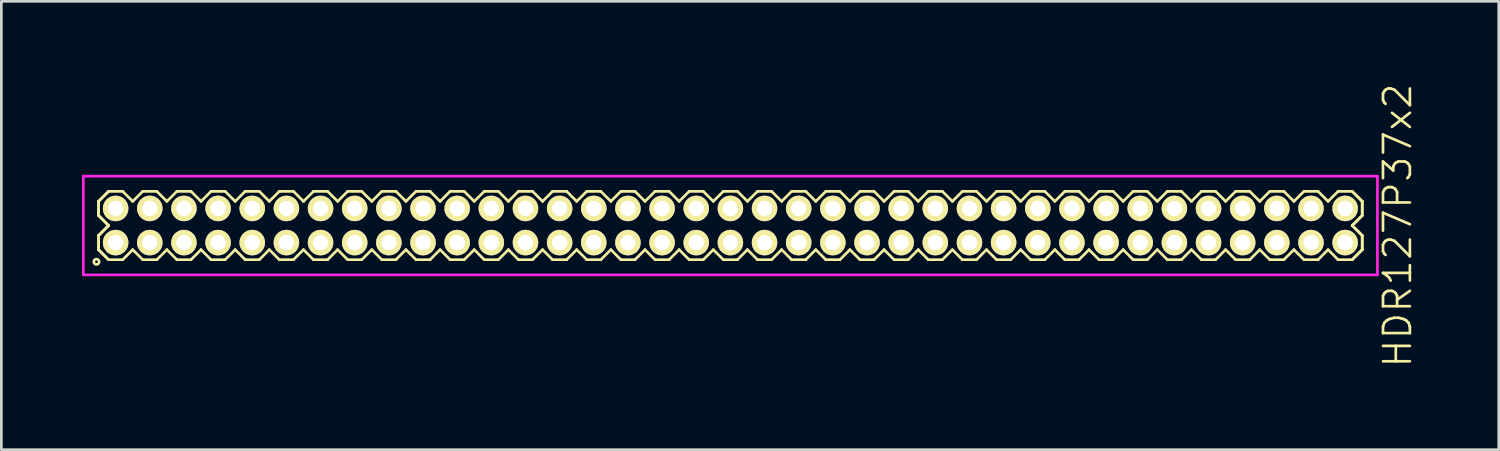
<source format=kicad_pcb>
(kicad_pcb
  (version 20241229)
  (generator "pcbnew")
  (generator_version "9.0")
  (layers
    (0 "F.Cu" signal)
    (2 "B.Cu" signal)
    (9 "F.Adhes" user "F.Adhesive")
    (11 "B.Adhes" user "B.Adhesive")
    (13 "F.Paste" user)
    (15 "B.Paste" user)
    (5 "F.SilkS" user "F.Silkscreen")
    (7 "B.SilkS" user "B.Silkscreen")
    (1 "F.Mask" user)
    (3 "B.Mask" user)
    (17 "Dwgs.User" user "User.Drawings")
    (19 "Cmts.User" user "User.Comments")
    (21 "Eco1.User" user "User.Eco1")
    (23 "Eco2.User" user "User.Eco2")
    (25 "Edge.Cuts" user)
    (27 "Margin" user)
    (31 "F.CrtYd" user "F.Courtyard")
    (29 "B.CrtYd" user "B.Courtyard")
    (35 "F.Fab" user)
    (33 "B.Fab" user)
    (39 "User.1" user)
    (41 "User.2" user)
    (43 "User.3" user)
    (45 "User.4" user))
  (footprint "HDR127P37x2"
    (layer "F.Cu")
    (at 24.11 5.336)
    (property "Reference" "HDR127P37x2" (at 24.81 0 90) (layer "F.SilkS") (effects (font (size 1 1) (thickness 0.1))))
    (attr through_hole)
    (fp_line (start -23.495 -0.898) (end -23.123 -1.27) (stroke (width 0.1) (type solid)) (layer "F.SilkS"))
    (fp_line (start -23.495 -0.898) (end -23.123 -1.27) (stroke (width 0.1) (type solid)) (layer "F.SilkS"))
    (fp_line (start -23.495 -0.372) (end -23.495 -0.898) (stroke (width 0.1) (type solid)) (layer "F.SilkS"))
    (fp_line (start -23.495 -0.372) (end -23.495 -0.898) (stroke (width 0.1) (type solid)) (layer "F.SilkS"))
    (fp_line (start -23.495 0.372) (end -23.123 0) (stroke (width 0.1) (type solid)) (layer "F.SilkS"))
    (fp_line (start -23.495 0.372) (end -23.123 0) (stroke (width 0.1) (type solid)) (layer "F.SilkS"))
    (fp_line (start -23.495 0.898) (end -23.495 0.372) (stroke (width 0.1) (type solid)) (layer "F.SilkS"))
    (fp_line (start -23.495 0.898) (end -23.495 0.372) (stroke (width 0.1) (type solid)) (layer "F.SilkS"))
    (fp_line (start -23.123 -1.27) (end -22.597 -1.27) (stroke (width 0.1) (type solid)) (layer "F.SilkS"))
    (fp_line (start -23.123 0) (end -23.495 -0.372) (stroke (width 0.1) (type solid)) (layer "F.SilkS"))
    (fp_line (start -23.123 0) (end -23.495 -0.372) (stroke (width 0.1) (type solid)) (layer "F.SilkS"))
    (fp_line (start -23.123 1.27) (end -23.495 0.898) (stroke (width 0.1) (type solid)) (layer "F.SilkS"))
    (fp_line (start -23.123 1.27) (end -23.495 0.898) (stroke (width 0.1) (type solid)) (layer "F.SilkS"))
    (fp_line (start -22.597 -1.27) (end -22.225 -0.898) (stroke (width 0.1) (type solid)) (layer "F.SilkS"))
    (fp_line (start -22.597 1.27) (end -23.123 1.27) (stroke (width 0.1) (type solid)) (layer "F.SilkS"))
    (fp_line (start -22.225 -0.898) (end -21.853 -1.27) (stroke (width 0.1) (type solid)) (layer "F.SilkS"))
    (fp_line (start -22.225 0.898) (end -22.597 1.27) (stroke (width 0.1) (type solid)) (layer "F.SilkS"))
    (fp_line (start -21.853 -1.27) (end -21.327 -1.27) (stroke (width 0.1) (type solid)) (layer "F.SilkS"))
    (fp_line (start -21.853 1.27) (end -22.225 0.898) (stroke (width 0.1) (type solid)) (layer "F.SilkS"))
    (fp_line (start -21.327 -1.27) (end -20.955 -0.898) (stroke (width 0.1) (type solid)) (layer "F.SilkS"))
    (fp_line (start -21.327 1.27) (end -21.853 1.27) (stroke (width 0.1) (type solid)) (layer "F.SilkS"))
    (fp_line (start -20.955 -0.898) (end -20.583 -1.27) (stroke (width 0.1) (type solid)) (layer "F.SilkS"))
    (fp_line (start -20.955 0.898) (end -21.327 1.27) (stroke (width 0.1) (type solid)) (layer "F.SilkS"))
    (fp_line (start -20.583 -1.27) (end -20.057 -1.27) (stroke (width 0.1) (type solid)) (layer "F.SilkS"))
    (fp_line (start -20.583 1.27) (end -20.955 0.898) (stroke (width 0.1) (type solid)) (layer "F.SilkS"))
    (fp_line (start -20.057 -1.27) (end -19.685 -0.898) (stroke (width 0.1) (type solid)) (layer "F.SilkS"))
    (fp_line (start -20.057 1.27) (end -20.583 1.27) (stroke (width 0.1) (type solid)) (layer "F.SilkS"))
    (fp_line (start -19.685 -0.898) (end -19.313 -1.27) (stroke (width 0.1) (type solid)) (layer "F.SilkS"))
    (fp_line (start -19.685 0.898) (end -20.057 1.27) (stroke (width 0.1) (type solid)) (layer "F.SilkS"))
    (fp_line (start -19.313 -1.27) (end -18.787 -1.27) (stroke (width 0.1) (type solid)) (layer "F.SilkS"))
    (fp_line (start -19.313 1.27) (end -19.685 0.898) (stroke (width 0.1) (type solid)) (layer "F.SilkS"))
    (fp_line (start -18.787 -1.27) (end -18.415 -0.898) (stroke (width 0.1) (type solid)) (layer "F.SilkS"))
    (fp_line (start -18.787 1.27) (end -19.313 1.27) (stroke (width 0.1) (type solid)) (layer "F.SilkS"))
    (fp_line (start -18.415 -0.898) (end -18.043 -1.27) (stroke (width 0.1) (type solid)) (layer "F.SilkS"))
    (fp_line (start -18.415 0.898) (end -18.787 1.27) (stroke (width 0.1) (type solid)) (layer "F.SilkS"))
    (fp_line (start -18.043 -1.27) (end -17.517 -1.27) (stroke (width 0.1) (type solid)) (layer "F.SilkS"))
    (fp_line (start -18.043 1.27) (end -18.415 0.898) (stroke (width 0.1) (type solid)) (layer "F.SilkS"))
    (fp_line (start -17.517 -1.27) (end -17.145 -0.898) (stroke (width 0.1) (type solid)) (layer "F.SilkS"))
    (fp_line (start -17.517 1.27) (end -18.043 1.27) (stroke (width 0.1) (type solid)) (layer "F.SilkS"))
    (fp_line (start -17.145 -0.898) (end -16.773 -1.27) (stroke (width 0.1) (type solid)) (layer "F.SilkS"))
    (fp_line (start -17.145 0.898) (end -17.517 1.27) (stroke (width 0.1) (type solid)) (layer "F.SilkS"))
    (fp_line (start -16.773 -1.27) (end -16.247 -1.27) (stroke (width 0.1) (type solid)) (layer "F.SilkS"))
    (fp_line (start -16.773 1.27) (end -17.145 0.898) (stroke (width 0.1) (type solid)) (layer "F.SilkS"))
    (fp_line (start -16.247 -1.27) (end -15.875 -0.898) (stroke (width 0.1) (type solid)) (layer "F.SilkS"))
    (fp_line (start -16.247 1.27) (end -16.773 1.27) (stroke (width 0.1) (type solid)) (layer "F.SilkS"))
    (fp_line (start -15.875 -0.898) (end -15.503 -1.27) (stroke (width 0.1) (type solid)) (layer "F.SilkS"))
    (fp_line (start -15.875 0.898) (end -16.247 1.27) (stroke (width 0.1) (type solid)) (layer "F.SilkS"))
    (fp_line (start -15.503 -1.27) (end -14.977 -1.27) (stroke (width 0.1) (type solid)) (layer "F.SilkS"))
    (fp_line (start -15.503 1.27) (end -15.875 0.898) (stroke (width 0.1) (type solid)) (layer "F.SilkS"))
    (fp_line (start -14.977 -1.27) (end -14.605 -0.898) (stroke (width 0.1) (type solid)) (layer "F.SilkS"))
    (fp_line (start -14.977 1.27) (end -15.503 1.27) (stroke (width 0.1) (type solid)) (layer "F.SilkS"))
    (fp_line (start -14.605 -0.898) (end -14.233 -1.27) (stroke (width 0.1) (type solid)) (layer "F.SilkS"))
    (fp_line (start -14.605 0.898) (end -14.977 1.27) (stroke (width 0.1) (type solid)) (layer "F.SilkS"))
    (fp_line (start -14.233 -1.27) (end -13.707 -1.27) (stroke (width 0.1) (type solid)) (layer "F.SilkS"))
    (fp_line (start -14.233 1.27) (end -14.605 0.898) (stroke (width 0.1) (type solid)) (layer "F.SilkS"))
    (fp_line (start -13.707 -1.27) (end -13.335 -0.898) (stroke (width 0.1) (type solid)) (layer "F.SilkS"))
    (fp_line (start -13.707 1.27) (end -14.233 1.27) (stroke (width 0.1) (type solid)) (layer "F.SilkS"))
    (fp_line (start -13.335 -0.898) (end -12.963 -1.27) (stroke (width 0.1) (type solid)) (layer "F.SilkS"))
    (fp_line (start -13.335 0.898) (end -13.707 1.27) (stroke (width 0.1) (type solid)) (layer "F.SilkS"))
    (fp_line (start -12.963 -1.27) (end -12.437 -1.27) (stroke (width 0.1) (type solid)) (layer "F.SilkS"))
    (fp_line (start -12.963 1.27) (end -13.335 0.898) (stroke (width 0.1) (type solid)) (layer "F.SilkS"))
    (fp_line (start -12.437 -1.27) (end -12.065 -0.898) (stroke (width 0.1) (type solid)) (layer "F.SilkS"))
    (fp_line (start -12.437 1.27) (end -12.963 1.27) (stroke (width 0.1) (type solid)) (layer "F.SilkS"))
    (fp_line (start -12.065 -0.898) (end -11.693 -1.27) (stroke (width 0.1) (type solid)) (layer "F.SilkS"))
    (fp_line (start -12.065 0.898) (end -12.437 1.27) (stroke (width 0.1) (type solid)) (layer "F.SilkS"))
    (fp_line (start -11.693 -1.27) (end -11.167 -1.27) (stroke (width 0.1) (type solid)) (layer "F.SilkS"))
    (fp_line (start -11.693 1.27) (end -12.065 0.898) (stroke (width 0.1) (type solid)) (layer "F.SilkS"))
    (fp_line (start -11.167 -1.27) (end -10.795 -0.898) (stroke (width 0.1) (type solid)) (layer "F.SilkS"))
    (fp_line (start -11.167 1.27) (end -11.693 1.27) (stroke (width 0.1) (type solid)) (layer "F.SilkS"))
    (fp_line (start -10.795 -0.898) (end -10.423 -1.27) (stroke (width 0.1) (type solid)) (layer "F.SilkS"))
    (fp_line (start -10.795 0.898) (end -11.167 1.27) (stroke (width 0.1) (type solid)) (layer "F.SilkS"))
    (fp_line (start -10.423 -1.27) (end -9.897 -1.27) (stroke (width 0.1) (type solid)) (layer "F.SilkS"))
    (fp_line (start -10.423 1.27) (end -10.795 0.898) (stroke (width 0.1) (type solid)) (layer "F.SilkS"))
    (fp_line (start -9.897 -1.27) (end -9.525 -0.898) (stroke (width 0.1) (type solid)) (layer "F.SilkS"))
    (fp_line (start -9.897 1.27) (end -10.423 1.27) (stroke (width 0.1) (type solid)) (layer "F.SilkS"))
    (fp_line (start -9.525 -0.898) (end -9.153 -1.27) (stroke (width 0.1) (type solid)) (layer "F.SilkS"))
    (fp_line (start -9.525 0.898) (end -9.897 1.27) (stroke (width 0.1) (type solid)) (layer "F.SilkS"))
    (fp_line (start -9.153 -1.27) (end -8.627 -1.27) (stroke (width 0.1) (type solid)) (layer "F.SilkS"))
    (fp_line (start -9.153 1.27) (end -9.525 0.898) (stroke (width 0.1) (type solid)) (layer "F.SilkS"))
    (fp_line (start -8.627 -1.27) (end -8.255 -0.898) (stroke (width 0.1) (type solid)) (layer "F.SilkS"))
    (fp_line (start -8.627 1.27) (end -9.153 1.27) (stroke (width 0.1) (type solid)) (layer "F.SilkS"))
    (fp_line (start -8.255 -0.898) (end -7.883 -1.27) (stroke (width 0.1) (type solid)) (layer "F.SilkS"))
    (fp_line (start -8.255 0.898) (end -8.627 1.27) (stroke (width 0.1) (type solid)) (layer "F.SilkS"))
    (fp_line (start -7.883 -1.27) (end -7.357 -1.27) (stroke (width 0.1) (type solid)) (layer "F.SilkS"))
    (fp_line (start -7.883 1.27) (end -8.255 0.898) (stroke (width 0.1) (type solid)) (layer "F.SilkS"))
    (fp_line (start -7.357 -1.27) (end -6.985 -0.898) (stroke (width 0.1) (type solid)) (layer "F.SilkS"))
    (fp_line (start -7.357 1.27) (end -7.883 1.27) (stroke (width 0.1) (type solid)) (layer "F.SilkS"))
    (fp_line (start -6.985 -0.898) (end -6.613 -1.27) (stroke (width 0.1) (type solid)) (layer "F.SilkS"))
    (fp_line (start -6.985 0.898) (end -7.357 1.27) (stroke (width 0.1) (type solid)) (layer "F.SilkS"))
    (fp_line (start -6.613 -1.27) (end -6.087 -1.27) (stroke (width 0.1) (type solid)) (layer "F.SilkS"))
    (fp_line (start -6.613 1.27) (end -6.985 0.898) (stroke (width 0.1) (type solid)) (layer "F.SilkS"))
    (fp_line (start -6.087 -1.27) (end -5.715 -0.898) (stroke (width 0.1) (type solid)) (layer "F.SilkS"))
    (fp_line (start -6.087 1.27) (end -6.613 1.27) (stroke (width 0.1) (type solid)) (layer "F.SilkS"))
    (fp_line (start -5.715 -0.898) (end -5.343 -1.27) (stroke (width 0.1) (type solid)) (layer "F.SilkS"))
    (fp_line (start -5.715 0.898) (end -6.087 1.27) (stroke (width 0.1) (type solid)) (layer "F.SilkS"))
    (fp_line (start -5.343 -1.27) (end -4.817 -1.27) (stroke (width 0.1) (type solid)) (layer "F.SilkS"))
    (fp_line (start -5.343 1.27) (end -5.715 0.898) (stroke (width 0.1) (type solid)) (layer "F.SilkS"))
    (fp_line (start -4.817 -1.27) (end -4.445 -0.898) (stroke (width 0.1) (type solid)) (layer "F.SilkS"))
    (fp_line (start -4.817 1.27) (end -5.343 1.27) (stroke (width 0.1) (type solid)) (layer "F.SilkS"))
    (fp_line (start -4.445 -0.898) (end -4.073 -1.27) (stroke (width 0.1) (type solid)) (layer "F.SilkS"))
    (fp_line (start -4.445 0.898) (end -4.817 1.27) (stroke (width 0.1) (type solid)) (layer "F.SilkS"))
    (fp_line (start -4.073 -1.27) (end -3.547 -1.27) (stroke (width 0.1) (type solid)) (layer "F.SilkS"))
    (fp_line (start -4.073 1.27) (end -4.445 0.898) (stroke (width 0.1) (type solid)) (layer "F.SilkS"))
    (fp_line (start -3.547 -1.27) (end -3.175 -0.898) (stroke (width 0.1) (type solid)) (layer "F.SilkS"))
    (fp_line (start -3.547 1.27) (end -4.073 1.27) (stroke (width 0.1) (type solid)) (layer "F.SilkS"))
    (fp_line (start -3.175 -0.898) (end -2.803 -1.27) (stroke (width 0.1) (type solid)) (layer "F.SilkS"))
    (fp_line (start -3.175 0.898) (end -3.547 1.27) (stroke (width 0.1) (type solid)) (layer "F.SilkS"))
    (fp_line (start -2.803 -1.27) (end -2.277 -1.27) (stroke (width 0.1) (type solid)) (layer "F.SilkS"))
    (fp_line (start -2.803 1.27) (end -3.175 0.898) (stroke (width 0.1) (type solid)) (layer "F.SilkS"))
    (fp_line (start -2.277 -1.27) (end -1.905 -0.898) (stroke (width 0.1) (type solid)) (layer "F.SilkS"))
    (fp_line (start -2.277 1.27) (end -2.803 1.27) (stroke (width 0.1) (type solid)) (layer "F.SilkS"))
    (fp_line (start -1.905 -0.898) (end -1.533 -1.27) (stroke (width 0.1) (type solid)) (layer "F.SilkS"))
    (fp_line (start -1.905 0.898) (end -2.277 1.27) (stroke (width 0.1) (type solid)) (layer "F.SilkS"))
    (fp_line (start -1.533 -1.27) (end -1.007 -1.27) (stroke (width 0.1) (type solid)) (layer "F.SilkS"))
    (fp_line (start -1.533 1.27) (end -1.905 0.898) (stroke (width 0.1) (type solid)) (layer "F.SilkS"))
    (fp_line (start -1.007 -1.27) (end -0.635 -0.898) (stroke (width 0.1) (type solid)) (layer "F.SilkS"))
    (fp_line (start -1.007 1.27) (end -1.533 1.27) (stroke (width 0.1) (type solid)) (layer "F.SilkS"))
    (fp_line (start -0.635 -0.898) (end -0.263 -1.27) (stroke (width 0.1) (type solid)) (layer "F.SilkS"))
    (fp_line (start -0.635 0.898) (end -1.007 1.27) (stroke (width 0.1) (type solid)) (layer "F.SilkS"))
    (fp_line (start -0.263 -1.27) (end 0.263 -1.27) (stroke (width 0.1) (type solid)) (layer "F.SilkS"))
    (fp_line (start -0.263 1.27) (end -0.635 0.898) (stroke (width 0.1) (type solid)) (layer "F.SilkS"))
    (fp_line (start 0.263 -1.27) (end 0.635 -0.898) (stroke (width 0.1) (type solid)) (layer "F.SilkS"))
    (fp_line (start 0.263 1.27) (end -0.263 1.27) (stroke (width 0.1) (type solid)) (layer "F.SilkS"))
    (fp_line (start 0.635 -0.898) (end 1.007 -1.27) (stroke (width 0.1) (type solid)) (layer "F.SilkS"))
    (fp_line (start 0.635 0.898) (end 0.263 1.27) (stroke (width 0.1) (type solid)) (layer "F.SilkS"))
    (fp_line (start 1.007 -1.27) (end 1.533 -1.27) (stroke (width 0.1) (type solid)) (layer "F.SilkS"))
    (fp_line (start 1.007 1.27) (end 0.635 0.898) (stroke (width 0.1) (type solid)) (layer "F.SilkS"))
    (fp_line (start 1.533 -1.27) (end 1.905 -0.898) (stroke (width 0.1) (type solid)) (layer "F.SilkS"))
    (fp_line (start 1.533 1.27) (end 1.007 1.27) (stroke (width 0.1) (type solid)) (layer "F.SilkS"))
    (fp_line (start 1.905 -0.898) (end 2.277 -1.27) (stroke (width 0.1) (type solid)) (layer "F.SilkS"))
    (fp_line (start 1.905 0.898) (end 1.533 1.27) (stroke (width 0.1) (type solid)) (layer "F.SilkS"))
    (fp_line (start 2.277 -1.27) (end 2.803 -1.27) (stroke (width 0.1) (type solid)) (layer "F.SilkS"))
    (fp_line (start 2.277 1.27) (end 1.905 0.898) (stroke (width 0.1) (type solid)) (layer "F.SilkS"))
    (fp_line (start 2.803 -1.27) (end 3.175 -0.898) (stroke (width 0.1) (type solid)) (layer "F.SilkS"))
    (fp_line (start 2.803 1.27) (end 2.277 1.27) (stroke (width 0.1) (type solid)) (layer "F.SilkS"))
    (fp_line (start 3.175 -0.898) (end 3.547 -1.27) (stroke (width 0.1) (type solid)) (layer "F.SilkS"))
    (fp_line (start 3.175 0.898) (end 2.803 1.27) (stroke (width 0.1) (type solid)) (layer "F.SilkS"))
    (fp_line (start 3.547 -1.27) (end 4.073 -1.27) (stroke (width 0.1) (type solid)) (layer "F.SilkS"))
    (fp_line (start 3.547 1.27) (end 3.175 0.898) (stroke (width 0.1) (type solid)) (layer "F.SilkS"))
    (fp_line (start 4.073 -1.27) (end 4.445 -0.898) (stroke (width 0.1) (type solid)) (layer "F.SilkS"))
    (fp_line (start 4.073 1.27) (end 3.547 1.27) (stroke (width 0.1) (type solid)) (layer "F.SilkS"))
    (fp_line (start 4.445 -0.898) (end 4.817 -1.27) (stroke (width 0.1) (type solid)) (layer "F.SilkS"))
    (fp_line (start 4.445 0.898) (end 4.073 1.27) (stroke (width 0.1) (type solid)) (layer "F.SilkS"))
    (fp_line (start 4.817 -1.27) (end 5.343 -1.27) (stroke (width 0.1) (type solid)) (layer "F.SilkS"))
    (fp_line (start 4.817 1.27) (end 4.445 0.898) (stroke (width 0.1) (type solid)) (layer "F.SilkS"))
    (fp_line (start 5.343 -1.27) (end 5.715 -0.898) (stroke (width 0.1) (type solid)) (layer "F.SilkS"))
    (fp_line (start 5.343 1.27) (end 4.817 1.27) (stroke (width 0.1) (type solid)) (layer "F.SilkS"))
    (fp_line (start 5.715 -0.898) (end 6.087 -1.27) (stroke (width 0.1) (type solid)) (layer "F.SilkS"))
    (fp_line (start 5.715 0.898) (end 5.343 1.27) (stroke (width 0.1) (type solid)) (layer "F.SilkS"))
    (fp_line (start 6.087 -1.27) (end 6.613 -1.27) (stroke (width 0.1) (type solid)) (layer "F.SilkS"))
    (fp_line (start 6.087 1.27) (end 5.715 0.898) (stroke (width 0.1) (type solid)) (layer "F.SilkS"))
    (fp_line (start 6.613 -1.27) (end 6.985 -0.898) (stroke (width 0.1) (type solid)) (layer "F.SilkS"))
    (fp_line (start 6.613 1.27) (end 6.087 1.27) (stroke (width 0.1) (type solid)) (layer "F.SilkS"))
    (fp_line (start 6.985 -0.898) (end 7.357 -1.27) (stroke (width 0.1) (type solid)) (layer "F.SilkS"))
    (fp_line (start 6.985 0.898) (end 6.613 1.27) (stroke (width 0.1) (type solid)) (layer "F.SilkS"))
    (fp_line (start 7.357 -1.27) (end 7.883 -1.27) (stroke (width 0.1) (type solid)) (layer "F.SilkS"))
    (fp_line (start 7.357 1.27) (end 6.985 0.898) (stroke (width 0.1) (type solid)) (layer "F.SilkS"))
    (fp_line (start 7.883 -1.27) (end 8.255 -0.898) (stroke (width 0.1) (type solid)) (layer "F.SilkS"))
    (fp_line (start 7.883 1.27) (end 7.357 1.27) (stroke (width 0.1) (type solid)) (layer "F.SilkS"))
    (fp_line (start 8.255 -0.898) (end 8.627 -1.27) (stroke (width 0.1) (type solid)) (layer "F.SilkS"))
    (fp_line (start 8.255 0.898) (end 7.883 1.27) (stroke (width 0.1) (type solid)) (layer "F.SilkS"))
    (fp_line (start 8.627 -1.27) (end 9.153 -1.27) (stroke (width 0.1) (type solid)) (layer "F.SilkS"))
    (fp_line (start 8.627 1.27) (end 8.255 0.898) (stroke (width 0.1) (type solid)) (layer "F.SilkS"))
    (fp_line (start 9.153 -1.27) (end 9.525 -0.898) (stroke (width 0.1) (type solid)) (layer "F.SilkS"))
    (fp_line (start 9.153 1.27) (end 8.627 1.27) (stroke (width 0.1) (type solid)) (layer "F.SilkS"))
    (fp_line (start 9.525 -0.898) (end 9.897 -1.27) (stroke (width 0.1) (type solid)) (layer "F.SilkS"))
    (fp_line (start 9.525 0.898) (end 9.153 1.27) (stroke (width 0.1) (type solid)) (layer "F.SilkS"))
    (fp_line (start 9.897 -1.27) (end 10.423 -1.27) (stroke (width 0.1) (type solid)) (layer "F.SilkS"))
    (fp_line (start 9.897 1.27) (end 9.525 0.898) (stroke (width 0.1) (type solid)) (layer "F.SilkS"))
    (fp_line (start 10.423 -1.27) (end 10.795 -0.898) (stroke (width 0.1) (type solid)) (layer "F.SilkS"))
    (fp_line (start 10.423 1.27) (end 9.897 1.27) (stroke (width 0.1) (type solid)) (layer "F.SilkS"))
    (fp_line (start 10.795 -0.898) (end 11.167 -1.27) (stroke (width 0.1) (type solid)) (layer "F.SilkS"))
    (fp_line (start 10.795 0.898) (end 10.423 1.27) (stroke (width 0.1) (type solid)) (layer "F.SilkS"))
    (fp_line (start 11.167 -1.27) (end 11.693 -1.27) (stroke (width 0.1) (type solid)) (layer "F.SilkS"))
    (fp_line (start 11.167 1.27) (end 10.795 0.898) (stroke (width 0.1) (type solid)) (layer "F.SilkS"))
    (fp_line (start 11.693 -1.27) (end 12.065 -0.898) (stroke (width 0.1) (type solid)) (layer "F.SilkS"))
    (fp_line (start 11.693 1.27) (end 11.167 1.27) (stroke (width 0.1) (type solid)) (layer "F.SilkS"))
    (fp_line (start 12.065 -0.898) (end 12.437 -1.27) (stroke (width 0.1) (type solid)) (layer "F.SilkS"))
    (fp_line (start 12.065 0.898) (end 11.693 1.27) (stroke (width 0.1) (type solid)) (layer "F.SilkS"))
    (fp_line (start 12.437 -1.27) (end 12.963 -1.27) (stroke (width 0.1) (type solid)) (layer "F.SilkS"))
    (fp_line (start 12.437 1.27) (end 12.065 0.898) (stroke (width 0.1) (type solid)) (layer "F.SilkS"))
    (fp_line (start 12.963 -1.27) (end 13.335 -0.898) (stroke (width 0.1) (type solid)) (layer "F.SilkS"))
    (fp_line (start 12.963 1.27) (end 12.437 1.27) (stroke (width 0.1) (type solid)) (layer "F.SilkS"))
    (fp_line (start 13.335 -0.898) (end 13.707 -1.27) (stroke (width 0.1) (type solid)) (layer "F.SilkS"))
    (fp_line (start 13.335 0.898) (end 12.963 1.27) (stroke (width 0.1) (type solid)) (layer "F.SilkS"))
    (fp_line (start 13.707 -1.27) (end 14.233 -1.27) (stroke (width 0.1) (type solid)) (layer "F.SilkS"))
    (fp_line (start 13.707 1.27) (end 13.335 0.898) (stroke (width 0.1) (type solid)) (layer "F.SilkS"))
    (fp_line (start 14.233 -1.27) (end 14.605 -0.898) (stroke (width 0.1) (type solid)) (layer "F.SilkS"))
    (fp_line (start 14.233 1.27) (end 13.707 1.27) (stroke (width 0.1) (type solid)) (layer "F.SilkS"))
    (fp_line (start 14.605 -0.898) (end 14.977 -1.27) (stroke (width 0.1) (type solid)) (layer "F.SilkS"))
    (fp_line (start 14.605 0.898) (end 14.233 1.27) (stroke (width 0.1) (type solid)) (layer "F.SilkS"))
    (fp_line (start 14.977 -1.27) (end 15.503 -1.27) (stroke (width 0.1) (type solid)) (layer "F.SilkS"))
    (fp_line (start 14.977 1.27) (end 14.605 0.898) (stroke (width 0.1) (type solid)) (layer "F.SilkS"))
    (fp_line (start 15.503 -1.27) (end 15.875 -0.898) (stroke (width 0.1) (type solid)) (layer "F.SilkS"))
    (fp_line (start 15.503 1.27) (end 14.977 1.27) (stroke (width 0.1) (type solid)) (layer "F.SilkS"))
    (fp_line (start 15.875 -0.898) (end 16.247 -1.27) (stroke (width 0.1) (type solid)) (layer "F.SilkS"))
    (fp_line (start 15.875 0.898) (end 15.503 1.27) (stroke (width 0.1) (type solid)) (layer "F.SilkS"))
    (fp_line (start 16.247 -1.27) (end 16.773 -1.27) (stroke (width 0.1) (type solid)) (layer "F.SilkS"))
    (fp_line (start 16.247 1.27) (end 15.875 0.898) (stroke (width 0.1) (type solid)) (layer "F.SilkS"))
    (fp_line (start 16.773 -1.27) (end 17.145 -0.898) (stroke (width 0.1) (type solid)) (layer "F.SilkS"))
    (fp_line (start 16.773 1.27) (end 16.247 1.27) (stroke (width 0.1) (type solid)) (layer "F.SilkS"))
    (fp_line (start 17.145 -0.898) (end 17.517 -1.27) (stroke (width 0.1) (type solid)) (layer "F.SilkS"))
    (fp_line (start 17.145 0.898) (end 16.773 1.27) (stroke (width 0.1) (type solid)) (layer "F.SilkS"))
    (fp_line (start 17.517 -1.27) (end 18.043 -1.27) (stroke (width 0.1) (type solid)) (layer "F.SilkS"))
    (fp_line (start 17.517 1.27) (end 17.145 0.898) (stroke (width 0.1) (type solid)) (layer "F.SilkS"))
    (fp_line (start 18.043 -1.27) (end 18.415 -0.898) (stroke (width 0.1) (type solid)) (layer "F.SilkS"))
    (fp_line (start 18.043 1.27) (end 17.517 1.27) (stroke (width 0.1) (type solid)) (layer "F.SilkS"))
    (fp_line (start 18.415 -0.898) (end 18.787 -1.27) (stroke (width 0.1) (type solid)) (layer "F.SilkS"))
    (fp_line (start 18.415 0.898) (end 18.043 1.27) (stroke (width 0.1) (type solid)) (layer "F.SilkS"))
    (fp_line (start 18.787 -1.27) (end 19.313 -1.27) (stroke (width 0.1) (type solid)) (layer "F.SilkS"))
    (fp_line (start 18.787 1.27) (end 18.415 0.898) (stroke (width 0.1) (type solid)) (layer "F.SilkS"))
    (fp_line (start 19.313 -1.27) (end 19.685 -0.898) (stroke (width 0.1) (type solid)) (layer "F.SilkS"))
    (fp_line (start 19.313 1.27) (end 18.787 1.27) (stroke (width 0.1) (type solid)) (layer "F.SilkS"))
    (fp_line (start 19.685 -0.898) (end 20.057 -1.27) (stroke (width 0.1) (type solid)) (layer "F.SilkS"))
    (fp_line (start 19.685 0.898) (end 19.313 1.27) (stroke (width 0.1) (type solid)) (layer "F.SilkS"))
    (fp_line (start 20.057 -1.27) (end 20.583 -1.27) (stroke (width 0.1) (type solid)) (layer "F.SilkS"))
    (fp_line (start 20.057 1.27) (end 19.685 0.898) (stroke (width 0.1) (type solid)) (layer "F.SilkS"))
    (fp_line (start 20.583 -1.27) (end 20.955 -0.898) (stroke (width 0.1) (type solid)) (layer "F.SilkS"))
    (fp_line (start 20.583 1.27) (end 20.057 1.27) (stroke (width 0.1) (type solid)) (layer "F.SilkS"))
    (fp_line (start 20.955 -0.898) (end 21.327 -1.27) (stroke (width 0.1) (type solid)) (layer "F.SilkS"))
    (fp_line (start 20.955 0.898) (end 20.583 1.27) (stroke (width 0.1) (type solid)) (layer "F.SilkS"))
    (fp_line (start 21.327 -1.27) (end 21.853 -1.27) (stroke (width 0.1) (type solid)) (layer "F.SilkS"))
    (fp_line (start 21.327 1.27) (end 20.955 0.898) (stroke (width 0.1) (type solid)) (layer "F.SilkS"))
    (fp_line (start 21.853 -1.27) (end 22.225 -0.898) (stroke (width 0.1) (type solid)) (layer "F.SilkS"))
    (fp_line (start 21.853 1.27) (end 21.327 1.27) (stroke (width 0.1) (type solid)) (layer "F.SilkS"))
    (fp_line (start 22.225 -0.898) (end 22.597 -1.27) (stroke (width 0.1) (type solid)) (layer "F.SilkS"))
    (fp_line (start 22.225 0.898) (end 21.853 1.27) (stroke (width 0.1) (type solid)) (layer "F.SilkS"))
    (fp_line (start 22.597 -1.27) (end 23.123 -1.27) (stroke (width 0.1) (type solid)) (layer "F.SilkS"))
    (fp_line (start 22.597 1.27) (end 22.225 0.898) (stroke (width 0.1) (type solid)) (layer "F.SilkS"))
    (fp_line (start 23.123 -1.27) (end 23.495 -0.898) (stroke (width 0.1) (type solid)) (layer "F.SilkS"))
    (fp_line (start 23.123 -1.27) (end 23.495 -0.898) (stroke (width 0.1) (type solid)) (layer "F.SilkS"))
    (fp_line (start 23.123 0) (end 23.495 0.372) (stroke (width 0.1) (type solid)) (layer "F.SilkS"))
    (fp_line (start 23.123 0) (end 23.495 0.372) (stroke (width 0.1) (type solid)) (layer "F.SilkS"))
    (fp_line (start 23.123 1.27) (end 22.597 1.27) (stroke (width 0.1) (type solid)) (layer "F.SilkS"))
    (fp_line (start 23.495 -0.898) (end 23.495 -0.372) (stroke (width 0.1) (type solid)) (layer "F.SilkS"))
    (fp_line (start 23.495 -0.898) (end 23.495 -0.372) (stroke (width 0.1) (type solid)) (layer "F.SilkS"))
    (fp_line (start 23.495 -0.372) (end 23.123 0) (stroke (width 0.1) (type solid)) (layer "F.SilkS"))
    (fp_line (start 23.495 -0.372) (end 23.123 0) (stroke (width 0.1) (type solid)) (layer "F.SilkS"))
    (fp_line (start 23.495 0.372) (end 23.495 0.898) (stroke (width 0.1) (type solid)) (layer "F.SilkS"))
    (fp_line (start 23.495 0.372) (end 23.495 0.898) (stroke (width 0.1) (type solid)) (layer "F.SilkS"))
    (fp_line (start 23.495 0.898) (end 23.123 1.27) (stroke (width 0.1) (type solid)) (layer "F.SilkS"))
    (fp_line (start 23.495 0.898) (end 23.123 1.27) (stroke (width 0.1) (type solid)) (layer "F.SilkS"))
    (fp_circle (center -23.573 1.348) (end -23.473 1.348) (stroke (width 0.1) (type solid)) (fill no) (layer "F.SilkS"))
    (fp_line (start -24.06 -1.835) (end -24.06 1.835) (stroke (width 0.1) (type solid)) (layer "F.CrtYd"))
    (fp_line (start -24.06 1.835) (end 24.06 1.835) (stroke (width 0.1) (type solid)) (layer "F.CrtYd"))
    (fp_line (start 24.06 -1.835) (end -24.06 -1.835) (stroke (width 0.1) (type solid)) (layer "F.CrtYd"))
    (fp_line (start 24.06 1.835) (end 24.06 -1.835) (stroke (width 0.1) (type solid)) (layer "F.CrtYd"))
    (pad "1" thru_hole oval (at -22.86 0.635) (size 0.95 0.95) (drill 0.57) (layers "*.Cu" "*.Mask" "F.SilkS"))
    (pad "2" thru_hole oval (at -22.86 -0.635) (size 0.95 0.95) (drill 0.57) (layers "*.Cu" "*.Mask" "F.SilkS"))
    (pad "3" thru_hole oval (at -21.59 0.635) (size 0.95 0.95) (drill 0.57) (layers "*.Cu" "*.Mask" "F.SilkS"))
    (pad "4" thru_hole oval (at -21.59 -0.635) (size 0.95 0.95) (drill 0.57) (layers "*.Cu" "*.Mask" "F.SilkS"))
    (pad "5" thru_hole oval (at -20.32 0.635) (size 0.95 0.95) (drill 0.57) (layers "*.Cu" "*.Mask" "F.SilkS"))
    (pad "6" thru_hole oval (at -20.32 -0.635) (size 0.95 0.95) (drill 0.57) (layers "*.Cu" "*.Mask" "F.SilkS"))
    (pad "7" thru_hole oval (at -19.05 0.635) (size 0.95 0.95) (drill 0.57) (layers "*.Cu" "*.Mask" "F.SilkS"))
    (pad "8" thru_hole oval (at -19.05 -0.635) (size 0.95 0.95) (drill 0.57) (layers "*.Cu" "*.Mask" "F.SilkS"))
    (pad "9" thru_hole oval (at -17.78 0.635) (size 0.95 0.95) (drill 0.57) (layers "*.Cu" "*.Mask" "F.SilkS"))
    (pad "10" thru_hole oval (at -17.78 -0.635) (size 0.95 0.95) (drill 0.57) (layers "*.Cu" "*.Mask" "F.SilkS"))
    (pad "11" thru_hole oval (at -16.51 0.635) (size 0.95 0.95) (drill 0.57) (layers "*.Cu" "*.Mask" "F.SilkS"))
    (pad "12" thru_hole oval (at -16.51 -0.635) (size 0.95 0.95) (drill 0.57) (layers "*.Cu" "*.Mask" "F.SilkS"))
    (pad "13" thru_hole oval (at -15.24 0.635) (size 0.95 0.95) (drill 0.57) (layers "*.Cu" "*.Mask" "F.SilkS"))
    (pad "14" thru_hole oval (at -15.24 -0.635) (size 0.95 0.95) (drill 0.57) (layers "*.Cu" "*.Mask" "F.SilkS"))
    (pad "15" thru_hole oval (at -13.97 0.635) (size 0.95 0.95) (drill 0.57) (layers "*.Cu" "*.Mask" "F.SilkS"))
    (pad "16" thru_hole oval (at -13.97 -0.635) (size 0.95 0.95) (drill 0.57) (layers "*.Cu" "*.Mask" "F.SilkS"))
    (pad "17" thru_hole oval (at -12.7 0.635) (size 0.95 0.95) (drill 0.57) (layers "*.Cu" "*.Mask" "F.SilkS"))
    (pad "18" thru_hole oval (at -12.7 -0.635) (size 0.95 0.95) (drill 0.57) (layers "*.Cu" "*.Mask" "F.SilkS"))
    (pad "19" thru_hole oval (at -11.43 0.635) (size 0.95 0.95) (drill 0.57) (layers "*.Cu" "*.Mask" "F.SilkS"))
    (pad "20" thru_hole oval (at -11.43 -0.635) (size 0.95 0.95) (drill 0.57) (layers "*.Cu" "*.Mask" "F.SilkS"))
    (pad "21" thru_hole oval (at -10.16 0.635) (size 0.95 0.95) (drill 0.57) (layers "*.Cu" "*.Mask" "F.SilkS"))
    (pad "22" thru_hole oval (at -10.16 -0.635) (size 0.95 0.95) (drill 0.57) (layers "*.Cu" "*.Mask" "F.SilkS"))
    (pad "23" thru_hole oval (at -8.89 0.635) (size 0.95 0.95) (drill 0.57) (layers "*.Cu" "*.Mask" "F.SilkS"))
    (pad "24" thru_hole oval (at -8.89 -0.635) (size 0.95 0.95) (drill 0.57) (layers "*.Cu" "*.Mask" "F.SilkS"))
    (pad "25" thru_hole oval (at -7.62 0.635) (size 0.95 0.95) (drill 0.57) (layers "*.Cu" "*.Mask" "F.SilkS"))
    (pad "26" thru_hole oval (at -7.62 -0.635) (size 0.95 0.95) (drill 0.57) (layers "*.Cu" "*.Mask" "F.SilkS"))
    (pad "27" thru_hole oval (at -6.35 0.635) (size 0.95 0.95) (drill 0.57) (layers "*.Cu" "*.Mask" "F.SilkS"))
    (pad "28" thru_hole oval (at -6.35 -0.635) (size 0.95 0.95) (drill 0.57) (layers "*.Cu" "*.Mask" "F.SilkS"))
    (pad "29" thru_hole oval (at -5.08 0.635) (size 0.95 0.95) (drill 0.57) (layers "*.Cu" "*.Mask" "F.SilkS"))
    (pad "30" thru_hole oval (at -5.08 -0.635) (size 0.95 0.95) (drill 0.57) (layers "*.Cu" "*.Mask" "F.SilkS"))
    (pad "31" thru_hole oval (at -3.81 0.635) (size 0.95 0.95) (drill 0.57) (layers "*.Cu" "*.Mask" "F.SilkS"))
    (pad "32" thru_hole oval (at -3.81 -0.635) (size 0.95 0.95) (drill 0.57) (layers "*.Cu" "*.Mask" "F.SilkS"))
    (pad "33" thru_hole oval (at -2.54 0.635) (size 0.95 0.95) (drill 0.57) (layers "*.Cu" "*.Mask" "F.SilkS"))
    (pad "34" thru_hole oval (at -2.54 -0.635) (size 0.95 0.95) (drill 0.57) (layers "*.Cu" "*.Mask" "F.SilkS"))
    (pad "35" thru_hole oval (at -1.27 0.635) (size 0.95 0.95) (drill 0.57) (layers "*.Cu" "*.Mask" "F.SilkS"))
    (pad "36" thru_hole oval (at -1.27 -0.635) (size 0.95 0.95) (drill 0.57) (layers "*.Cu" "*.Mask" "F.SilkS"))
    (pad "37" thru_hole oval (at 0 0.635) (size 0.95 0.95) (drill 0.57) (layers "*.Cu" "*.Mask" "F.SilkS"))
    (pad "38" thru_hole oval (at 0 -0.635) (size 0.95 0.95) (drill 0.57) (layers "*.Cu" "*.Mask" "F.SilkS"))
    (pad "39" thru_hole oval (at 1.27 0.635) (size 0.95 0.95) (drill 0.57) (layers "*.Cu" "*.Mask" "F.SilkS"))
    (pad "40" thru_hole oval (at 1.27 -0.635) (size 0.95 0.95) (drill 0.57) (layers "*.Cu" "*.Mask" "F.SilkS"))
    (pad "41" thru_hole oval (at 2.54 0.635) (size 0.95 0.95) (drill 0.57) (layers "*.Cu" "*.Mask" "F.SilkS"))
    (pad "42" thru_hole oval (at 2.54 -0.635) (size 0.95 0.95) (drill 0.57) (layers "*.Cu" "*.Mask" "F.SilkS"))
    (pad "43" thru_hole oval (at 3.81 0.635) (size 0.95 0.95) (drill 0.57) (layers "*.Cu" "*.Mask" "F.SilkS"))
    (pad "44" thru_hole oval (at 3.81 -0.635) (size 0.95 0.95) (drill 0.57) (layers "*.Cu" "*.Mask" "F.SilkS"))
    (pad "45" thru_hole oval (at 5.08 0.635) (size 0.95 0.95) (drill 0.57) (layers "*.Cu" "*.Mask" "F.SilkS"))
    (pad "46" thru_hole oval (at 5.08 -0.635) (size 0.95 0.95) (drill 0.57) (layers "*.Cu" "*.Mask" "F.SilkS"))
    (pad "47" thru_hole oval (at 6.35 0.635) (size 0.95 0.95) (drill 0.57) (layers "*.Cu" "*.Mask" "F.SilkS"))
    (pad "48" thru_hole oval (at 6.35 -0.635) (size 0.95 0.95) (drill 0.57) (layers "*.Cu" "*.Mask" "F.SilkS"))
    (pad "49" thru_hole oval (at 7.62 0.635) (size 0.95 0.95) (drill 0.57) (layers "*.Cu" "*.Mask" "F.SilkS"))
    (pad "50" thru_hole oval (at 7.62 -0.635) (size 0.95 0.95) (drill 0.57) (layers "*.Cu" "*.Mask" "F.SilkS"))
    (pad "51" thru_hole oval (at 8.89 0.635) (size 0.95 0.95) (drill 0.57) (layers "*.Cu" "*.Mask" "F.SilkS"))
    (pad "52" thru_hole oval (at 8.89 -0.635) (size 0.95 0.95) (drill 0.57) (layers "*.Cu" "*.Mask" "F.SilkS"))
    (pad "53" thru_hole oval (at 10.16 0.635) (size 0.95 0.95) (drill 0.57) (layers "*.Cu" "*.Mask" "F.SilkS"))
    (pad "54" thru_hole oval (at 10.16 -0.635) (size 0.95 0.95) (drill 0.57) (layers "*.Cu" "*.Mask" "F.SilkS"))
    (pad "55" thru_hole oval (at 11.43 0.635) (size 0.95 0.95) (drill 0.57) (layers "*.Cu" "*.Mask" "F.SilkS"))
    (pad "56" thru_hole oval (at 11.43 -0.635) (size 0.95 0.95) (drill 0.57) (layers "*.Cu" "*.Mask" "F.SilkS"))
    (pad "57" thru_hole oval (at 12.7 0.635) (size 0.95 0.95) (drill 0.57) (layers "*.Cu" "*.Mask" "F.SilkS"))
    (pad "58" thru_hole oval (at 12.7 -0.635) (size 0.95 0.95) (drill 0.57) (layers "*.Cu" "*.Mask" "F.SilkS"))
    (pad "59" thru_hole oval (at 13.97 0.635) (size 0.95 0.95) (drill 0.57) (layers "*.Cu" "*.Mask" "F.SilkS"))
    (pad "60" thru_hole oval (at 13.97 -0.635) (size 0.95 0.95) (drill 0.57) (layers "*.Cu" "*.Mask" "F.SilkS"))
    (pad "61" thru_hole oval (at 15.24 0.635) (size 0.95 0.95) (drill 0.57) (layers "*.Cu" "*.Mask" "F.SilkS"))
    (pad "62" thru_hole oval (at 15.24 -0.635) (size 0.95 0.95) (drill 0.57) (layers "*.Cu" "*.Mask" "F.SilkS"))
    (pad "63" thru_hole oval (at 16.51 0.635) (size 0.95 0.95) (drill 0.57) (layers "*.Cu" "*.Mask" "F.SilkS"))
    (pad "64" thru_hole oval (at 16.51 -0.635) (size 0.95 0.95) (drill 0.57) (layers "*.Cu" "*.Mask" "F.SilkS"))
    (pad "65" thru_hole oval (at 17.78 0.635) (size 0.95 0.95) (drill 0.57) (layers "*.Cu" "*.Mask" "F.SilkS"))
    (pad "66" thru_hole oval (at 17.78 -0.635) (size 0.95 0.95) (drill 0.57) (layers "*.Cu" "*.Mask" "F.SilkS"))
    (pad "67" thru_hole oval (at 19.05 0.635) (size 0.95 0.95) (drill 0.57) (layers "*.Cu" "*.Mask" "F.SilkS"))
    (pad "68" thru_hole oval (at 19.05 -0.635) (size 0.95 0.95) (drill 0.57) (layers "*.Cu" "*.Mask" "F.SilkS"))
    (pad "69" thru_hole oval (at 20.32 0.635) (size 0.95 0.95) (drill 0.57) (layers "*.Cu" "*.Mask" "F.SilkS"))
    (pad "70" thru_hole oval (at 20.32 -0.635) (size 0.95 0.95) (drill 0.57) (layers "*.Cu" "*.Mask" "F.SilkS"))
    (pad "71" thru_hole oval (at 21.59 0.635) (size 0.95 0.95) (drill 0.57) (layers "*.Cu" "*.Mask" "F.SilkS"))
    (pad "72" thru_hole oval (at 21.59 -0.635) (size 0.95 0.95) (drill 0.57) (layers "*.Cu" "*.Mask" "F.SilkS"))
    (pad "73" thru_hole oval (at 22.86 0.635) (size 0.95 0.95) (drill 0.57) (layers "*.Cu" "*.Mask" "F.SilkS"))
    (pad "74" thru_hole oval (at 22.86 -0.635) (size 0.95 0.95) (drill 0.57) (layers "*.Cu" "*.Mask" "F.SilkS")))
  (gr_rect
    (start -3 -3)
    (end 52.681 13.671)
    (stroke (width 0.1) (type default))
    (fill no)
    (layer "Edge.Cuts")))
</source>
